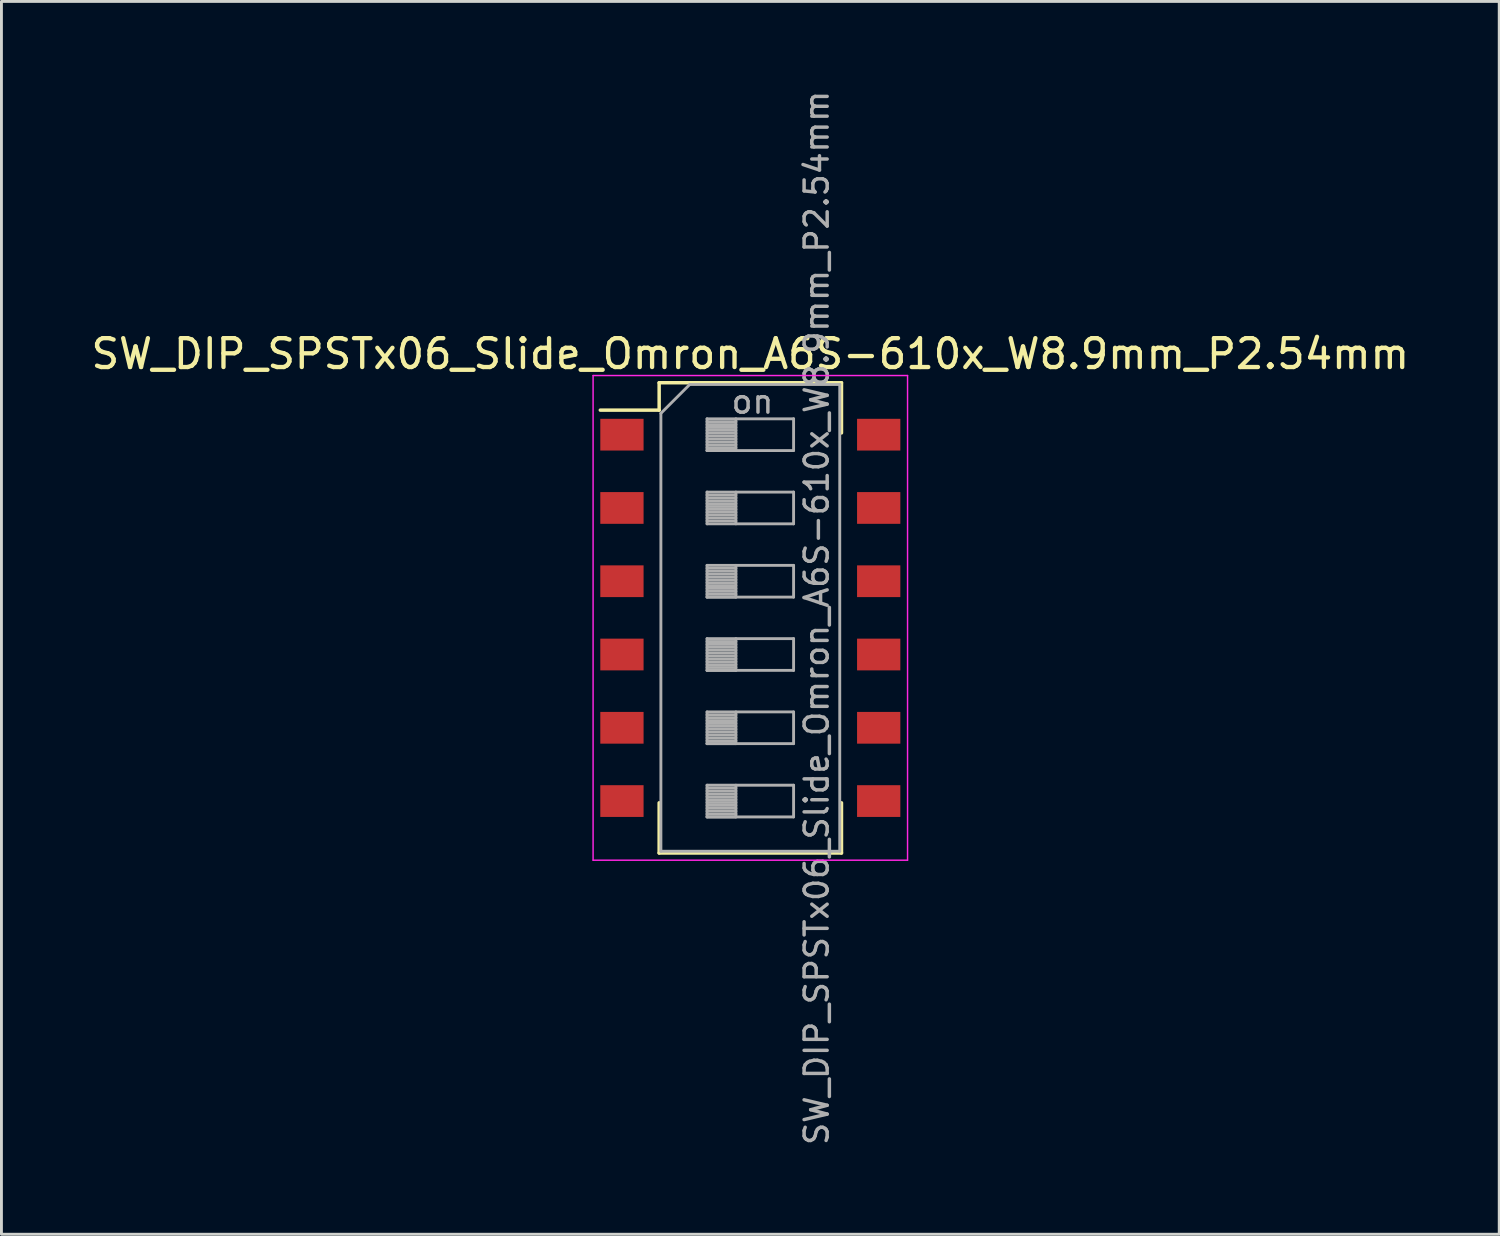
<source format=kicad_pcb>
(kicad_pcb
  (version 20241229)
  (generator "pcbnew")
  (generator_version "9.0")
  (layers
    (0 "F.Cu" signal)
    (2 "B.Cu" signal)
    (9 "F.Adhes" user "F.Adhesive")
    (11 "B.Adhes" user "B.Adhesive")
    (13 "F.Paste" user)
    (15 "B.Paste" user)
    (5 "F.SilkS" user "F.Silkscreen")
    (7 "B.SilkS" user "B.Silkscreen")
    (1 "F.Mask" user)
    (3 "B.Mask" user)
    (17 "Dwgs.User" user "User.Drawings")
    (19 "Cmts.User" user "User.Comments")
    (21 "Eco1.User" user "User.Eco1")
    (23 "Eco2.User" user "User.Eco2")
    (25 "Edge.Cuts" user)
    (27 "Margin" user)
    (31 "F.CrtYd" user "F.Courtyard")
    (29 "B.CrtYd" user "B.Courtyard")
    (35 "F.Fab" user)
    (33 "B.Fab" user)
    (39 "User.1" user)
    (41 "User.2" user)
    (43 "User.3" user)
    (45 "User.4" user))
  (footprint "SW_DIP_SPSTx06_Slide_Omron_A6S-610x_W8.9mm_P2.54mm"
    (layer "F.Cu")
    (at 22.958 18.367)
    (property "Reference" "SW_DIP_SPSTx06_Slide_Omron_A6S-610x_W8.9mm_P2.54mm" (at 0 -9.15 0) (layer "F.SilkS") (effects (font (size 1 1) (thickness 0.15))))
    (attr smd)
    (fp_line (start -5.2 -7.201) (end -3.16 -7.201) (stroke (width 0.12) (type solid)) (layer "F.SilkS"))
    (fp_line (start -3.16 -8.15) (end -3.16 -7.201) (stroke (width 0.12) (type solid)) (layer "F.SilkS"))
    (fp_line (start -3.16 -8.15) (end 3.16 -8.15) (stroke (width 0.12) (type solid)) (layer "F.SilkS"))
    (fp_line (start -3.16 6.41) (end -3.16 8.15) (stroke (width 0.12) (type solid)) (layer "F.SilkS"))
    (fp_line (start -3.16 8.15) (end 3.16 8.15) (stroke (width 0.12) (type solid)) (layer "F.SilkS"))
    (fp_line (start 3.16 -8.15) (end 3.16 -6.411) (stroke (width 0.12) (type solid)) (layer "F.SilkS"))
    (fp_line (start 3.16 6.41) (end 3.16 8.15) (stroke (width 0.12) (type solid)) (layer "F.SilkS"))
    (fp_line (start -5.45 -8.4) (end -5.45 8.4) (stroke (width 0.05) (type solid)) (layer "F.CrtYd"))
    (fp_line (start -5.45 8.4) (end 5.45 8.4) (stroke (width 0.05) (type solid)) (layer "F.CrtYd"))
    (fp_line (start 5.45 -8.4) (end -5.45 -8.4) (stroke (width 0.05) (type solid)) (layer "F.CrtYd"))
    (fp_line (start 5.45 8.4) (end 5.45 -8.4) (stroke (width 0.05) (type solid)) (layer "F.CrtYd"))
    (fp_line (start -3.1 -7.09) (end -2.1 -8.09) (stroke (width 0.1) (type solid)) (layer "F.Fab"))
    (fp_line (start -3.1 8.09) (end -3.1 -7.09) (stroke (width 0.1) (type solid)) (layer "F.Fab"))
    (fp_line (start -2.1 -8.09) (end 3.1 -8.09) (stroke (width 0.1) (type solid)) (layer "F.Fab"))
    (fp_line (start -1.5 -6.9) (end -1.5 -5.8) (stroke (width 0.1) (type solid)) (layer "F.Fab"))
    (fp_line (start -1.5 -6.8) (end -0.5 -6.8) (stroke (width 0.1) (type solid)) (layer "F.Fab"))
    (fp_line (start -1.5 -6.7) (end -0.5 -6.7) (stroke (width 0.1) (type solid)) (layer "F.Fab"))
    (fp_line (start -1.5 -6.6) (end -0.5 -6.6) (stroke (width 0.1) (type solid)) (layer "F.Fab"))
    (fp_line (start -1.5 -6.5) (end -0.5 -6.5) (stroke (width 0.1) (type solid)) (layer "F.Fab"))
    (fp_line (start -1.5 -6.4) (end -0.5 -6.4) (stroke (width 0.1) (type solid)) (layer "F.Fab"))
    (fp_line (start -1.5 -6.3) (end -0.5 -6.3) (stroke (width 0.1) (type solid)) (layer "F.Fab"))
    (fp_line (start -1.5 -6.2) (end -0.5 -6.2) (stroke (width 0.1) (type solid)) (layer "F.Fab"))
    (fp_line (start -1.5 -6.1) (end -0.5 -6.1) (stroke (width 0.1) (type solid)) (layer "F.Fab"))
    (fp_line (start -1.5 -6) (end -0.5 -6) (stroke (width 0.1) (type solid)) (layer "F.Fab"))
    (fp_line (start -1.5 -5.9) (end -0.5 -5.9) (stroke (width 0.1) (type solid)) (layer "F.Fab"))
    (fp_line (start -1.5 -5.8) (end -0.5 -5.8) (stroke (width 0.1) (type solid)) (layer "F.Fab"))
    (fp_line (start -1.5 -5.8) (end 1.5 -5.8) (stroke (width 0.1) (type solid)) (layer "F.Fab"))
    (fp_line (start -1.5 -4.36) (end -1.5 -3.26) (stroke (width 0.1) (type solid)) (layer "F.Fab"))
    (fp_line (start -1.5 -4.26) (end -0.5 -4.26) (stroke (width 0.1) (type solid)) (layer "F.Fab"))
    (fp_line (start -1.5 -4.16) (end -0.5 -4.16) (stroke (width 0.1) (type solid)) (layer "F.Fab"))
    (fp_line (start -1.5 -4.06) (end -0.5 -4.06) (stroke (width 0.1) (type solid)) (layer "F.Fab"))
    (fp_line (start -1.5 -3.96) (end -0.5 -3.96) (stroke (width 0.1) (type solid)) (layer "F.Fab"))
    (fp_line (start -1.5 -3.86) (end -0.5 -3.86) (stroke (width 0.1) (type solid)) (layer "F.Fab"))
    (fp_line (start -1.5 -3.76) (end -0.5 -3.76) (stroke (width 0.1) (type solid)) (layer "F.Fab"))
    (fp_line (start -1.5 -3.66) (end -0.5 -3.66) (stroke (width 0.1) (type solid)) (layer "F.Fab"))
    (fp_line (start -1.5 -3.56) (end -0.5 -3.56) (stroke (width 0.1) (type solid)) (layer "F.Fab"))
    (fp_line (start -1.5 -3.46) (end -0.5 -3.46) (stroke (width 0.1) (type solid)) (layer "F.Fab"))
    (fp_line (start -1.5 -3.36) (end -0.5 -3.36) (stroke (width 0.1) (type solid)) (layer "F.Fab"))
    (fp_line (start -1.5 -3.26) (end 1.5 -3.26) (stroke (width 0.1) (type solid)) (layer "F.Fab"))
    (fp_line (start -1.5 -1.82) (end -1.5 -0.72) (stroke (width 0.1) (type solid)) (layer "F.Fab"))
    (fp_line (start -1.5 -1.72) (end -0.5 -1.72) (stroke (width 0.1) (type solid)) (layer "F.Fab"))
    (fp_line (start -1.5 -1.62) (end -0.5 -1.62) (stroke (width 0.1) (type solid)) (layer "F.Fab"))
    (fp_line (start -1.5 -1.52) (end -0.5 -1.52) (stroke (width 0.1) (type solid)) (layer "F.Fab"))
    (fp_line (start -1.5 -1.42) (end -0.5 -1.42) (stroke (width 0.1) (type solid)) (layer "F.Fab"))
    (fp_line (start -1.5 -1.32) (end -0.5 -1.32) (stroke (width 0.1) (type solid)) (layer "F.Fab"))
    (fp_line (start -1.5 -1.22) (end -0.5 -1.22) (stroke (width 0.1) (type solid)) (layer "F.Fab"))
    (fp_line (start -1.5 -1.12) (end -0.5 -1.12) (stroke (width 0.1) (type solid)) (layer "F.Fab"))
    (fp_line (start -1.5 -1.02) (end -0.5 -1.02) (stroke (width 0.1) (type solid)) (layer "F.Fab"))
    (fp_line (start -1.5 -0.92) (end -0.5 -0.92) (stroke (width 0.1) (type solid)) (layer "F.Fab"))
    (fp_line (start -1.5 -0.82) (end -0.5 -0.82) (stroke (width 0.1) (type solid)) (layer "F.Fab"))
    (fp_line (start -1.5 -0.72) (end -0.5 -0.72) (stroke (width 0.1) (type solid)) (layer "F.Fab"))
    (fp_line (start -1.5 -0.72) (end 1.5 -0.72) (stroke (width 0.1) (type solid)) (layer "F.Fab"))
    (fp_line (start -1.5 0.72) (end -1.5 1.82) (stroke (width 0.1) (type solid)) (layer "F.Fab"))
    (fp_line (start -1.5 0.82) (end -0.5 0.82) (stroke (width 0.1) (type solid)) (layer "F.Fab"))
    (fp_line (start -1.5 0.92) (end -0.5 0.92) (stroke (width 0.1) (type solid)) (layer "F.Fab"))
    (fp_line (start -1.5 1.02) (end -0.5 1.02) (stroke (width 0.1) (type solid)) (layer "F.Fab"))
    (fp_line (start -1.5 1.12) (end -0.5 1.12) (stroke (width 0.1) (type solid)) (layer "F.Fab"))
    (fp_line (start -1.5 1.22) (end -0.5 1.22) (stroke (width 0.1) (type solid)) (layer "F.Fab"))
    (fp_line (start -1.5 1.32) (end -0.5 1.32) (stroke (width 0.1) (type solid)) (layer "F.Fab"))
    (fp_line (start -1.5 1.42) (end -0.5 1.42) (stroke (width 0.1) (type solid)) (layer "F.Fab"))
    (fp_line (start -1.5 1.52) (end -0.5 1.52) (stroke (width 0.1) (type solid)) (layer "F.Fab"))
    (fp_line (start -1.5 1.62) (end -0.5 1.62) (stroke (width 0.1) (type solid)) (layer "F.Fab"))
    (fp_line (start -1.5 1.72) (end -0.5 1.72) (stroke (width 0.1) (type solid)) (layer "F.Fab"))
    (fp_line (start -1.5 1.82) (end -0.5 1.82) (stroke (width 0.1) (type solid)) (layer "F.Fab"))
    (fp_line (start -1.5 1.82) (end 1.5 1.82) (stroke (width 0.1) (type solid)) (layer "F.Fab"))
    (fp_line (start -1.5 3.26) (end -1.5 4.36) (stroke (width 0.1) (type solid)) (layer "F.Fab"))
    (fp_line (start -1.5 3.36) (end -0.5 3.36) (stroke (width 0.1) (type solid)) (layer "F.Fab"))
    (fp_line (start -1.5 3.46) (end -0.5 3.46) (stroke (width 0.1) (type solid)) (layer "F.Fab"))
    (fp_line (start -1.5 3.56) (end -0.5 3.56) (stroke (width 0.1) (type solid)) (layer "F.Fab"))
    (fp_line (start -1.5 3.66) (end -0.5 3.66) (stroke (width 0.1) (type solid)) (layer "F.Fab"))
    (fp_line (start -1.5 3.76) (end -0.5 3.76) (stroke (width 0.1) (type solid)) (layer "F.Fab"))
    (fp_line (start -1.5 3.86) (end -0.5 3.86) (stroke (width 0.1) (type solid)) (layer "F.Fab"))
    (fp_line (start -1.5 3.96) (end -0.5 3.96) (stroke (width 0.1) (type solid)) (layer "F.Fab"))
    (fp_line (start -1.5 4.06) (end -0.5 4.06) (stroke (width 0.1) (type solid)) (layer "F.Fab"))
    (fp_line (start -1.5 4.16) (end -0.5 4.16) (stroke (width 0.1) (type solid)) (layer "F.Fab"))
    (fp_line (start -1.5 4.26) (end -0.5 4.26) (stroke (width 0.1) (type solid)) (layer "F.Fab"))
    (fp_line (start -1.5 4.36) (end -0.5 4.36) (stroke (width 0.1) (type solid)) (layer "F.Fab"))
    (fp_line (start -1.5 4.36) (end 1.5 4.36) (stroke (width 0.1) (type solid)) (layer "F.Fab"))
    (fp_line (start -1.5 5.8) (end -1.5 6.9) (stroke (width 0.1) (type solid)) (layer "F.Fab"))
    (fp_line (start -1.5 5.9) (end -0.5 5.9) (stroke (width 0.1) (type solid)) (layer "F.Fab"))
    (fp_line (start -1.5 6) (end -0.5 6) (stroke (width 0.1) (type solid)) (layer "F.Fab"))
    (fp_line (start -1.5 6.1) (end -0.5 6.1) (stroke (width 0.1) (type solid)) (layer "F.Fab"))
    (fp_line (start -1.5 6.2) (end -0.5 6.2) (stroke (width 0.1) (type solid)) (layer "F.Fab"))
    (fp_line (start -1.5 6.3) (end -0.5 6.3) (stroke (width 0.1) (type solid)) (layer "F.Fab"))
    (fp_line (start -1.5 6.4) (end -0.5 6.4) (stroke (width 0.1) (type solid)) (layer "F.Fab"))
    (fp_line (start -1.5 6.5) (end -0.5 6.5) (stroke (width 0.1) (type solid)) (layer "F.Fab"))
    (fp_line (start -1.5 6.6) (end -0.5 6.6) (stroke (width 0.1) (type solid)) (layer "F.Fab"))
    (fp_line (start -1.5 6.7) (end -0.5 6.7) (stroke (width 0.1) (type solid)) (layer "F.Fab"))
    (fp_line (start -1.5 6.8) (end -0.5 6.8) (stroke (width 0.1) (type solid)) (layer "F.Fab"))
    (fp_line (start -1.5 6.9) (end -0.5 6.9) (stroke (width 0.1) (type solid)) (layer "F.Fab"))
    (fp_line (start -1.5 6.9) (end 1.5 6.9) (stroke (width 0.1) (type solid)) (layer "F.Fab"))
    (fp_line (start -0.5 -6.9) (end -0.5 -5.8) (stroke (width 0.1) (type solid)) (layer "F.Fab"))
    (fp_line (start -0.5 -4.36) (end -0.5 -3.26) (stroke (width 0.1) (type solid)) (layer "F.Fab"))
    (fp_line (start -0.5 -1.82) (end -0.5 -0.72) (stroke (width 0.1) (type solid)) (layer "F.Fab"))
    (fp_line (start -0.5 0.72) (end -0.5 1.82) (stroke (width 0.1) (type solid)) (layer "F.Fab"))
    (fp_line (start -0.5 3.26) (end -0.5 4.36) (stroke (width 0.1) (type solid)) (layer "F.Fab"))
    (fp_line (start -0.5 5.8) (end -0.5 6.9) (stroke (width 0.1) (type solid)) (layer "F.Fab"))
    (fp_line (start 1.5 -6.9) (end -1.5 -6.9) (stroke (width 0.1) (type solid)) (layer "F.Fab"))
    (fp_line (start 1.5 -5.8) (end 1.5 -6.9) (stroke (width 0.1) (type solid)) (layer "F.Fab"))
    (fp_line (start 1.5 -4.36) (end -1.5 -4.36) (stroke (width 0.1) (type solid)) (layer "F.Fab"))
    (fp_line (start 1.5 -3.26) (end 1.5 -4.36) (stroke (width 0.1) (type solid)) (layer "F.Fab"))
    (fp_line (start 1.5 -1.82) (end -1.5 -1.82) (stroke (width 0.1) (type solid)) (layer "F.Fab"))
    (fp_line (start 1.5 -0.72) (end 1.5 -1.82) (stroke (width 0.1) (type solid)) (layer "F.Fab"))
    (fp_line (start 1.5 0.72) (end -1.5 0.72) (stroke (width 0.1) (type solid)) (layer "F.Fab"))
    (fp_line (start 1.5 1.82) (end 1.5 0.72) (stroke (width 0.1) (type solid)) (layer "F.Fab"))
    (fp_line (start 1.5 3.26) (end -1.5 3.26) (stroke (width 0.1) (type solid)) (layer "F.Fab"))
    (fp_line (start 1.5 4.36) (end 1.5 3.26) (stroke (width 0.1) (type solid)) (layer "F.Fab"))
    (fp_line (start 1.5 5.8) (end -1.5 5.8) (stroke (width 0.1) (type solid)) (layer "F.Fab"))
    (fp_line (start 1.5 6.9) (end 1.5 5.8) (stroke (width 0.1) (type solid)) (layer "F.Fab"))
    (fp_line (start 3.1 -8.09) (end 3.1 8.09) (stroke (width 0.1) (type solid)) (layer "F.Fab"))
    (fp_line (start 3.1 8.09) (end -3.1 8.09) (stroke (width 0.1) (type solid)) (layer "F.Fab"))
    (fp_text user "${REFERENCE}" (at 2.3 0 90) (layer "F.Fab") (effects (font (size 0.8 0.8) (thickness 0.12))))
    (fp_text user "on" (at 0.075 -7.495 0) (layer "F.Fab") (effects (font (size 0.8 0.8) (thickness 0.12))))
    (pad "1" smd rect (at -4.45 -6.35) (size 1.5 1.1) (layers "F.Cu" "F.Mask" "F.Paste"))
    (pad "2" smd rect (at -4.45 -3.81) (size 1.5 1.1) (layers "F.Cu" "F.Mask" "F.Paste"))
    (pad "3" smd rect (at -4.45 -1.27) (size 1.5 1.1) (layers "F.Cu" "F.Mask" "F.Paste"))
    (pad "4" smd rect (at -4.45 1.27) (size 1.5 1.1) (layers "F.Cu" "F.Mask" "F.Paste"))
    (pad "5" smd rect (at -4.45 3.81) (size 1.5 1.1) (layers "F.Cu" "F.Mask" "F.Paste"))
    (pad "6" smd rect (at -4.45 6.35) (size 1.5 1.1) (layers "F.Cu" "F.Mask" "F.Paste"))
    (pad "7" smd rect (at 4.45 6.35) (size 1.5 1.1) (layers "F.Cu" "F.Mask" "F.Paste"))
    (pad "8" smd rect (at 4.45 3.81) (size 1.5 1.1) (layers "F.Cu" "F.Mask" "F.Paste"))
    (pad "9" smd rect (at 4.45 1.27) (size 1.5 1.1) (layers "F.Cu" "F.Mask" "F.Paste"))
    (pad "10" smd rect (at 4.45 -1.27) (size 1.5 1.1) (layers "F.Cu" "F.Mask" "F.Paste"))
    (pad "11" smd rect (at 4.45 -3.81) (size 1.5 1.1) (layers "F.Cu" "F.Mask" "F.Paste"))
    (pad "12" smd rect (at 4.45 -6.35) (size 1.5 1.1) (layers "F.Cu" "F.Mask" "F.Paste")))
  (gr_rect
    (start -3 -3)
    (end 48.917 39.733)
    (stroke (width 0.1) (type default))
    (fill no)
    (layer "Edge.Cuts")))
</source>
